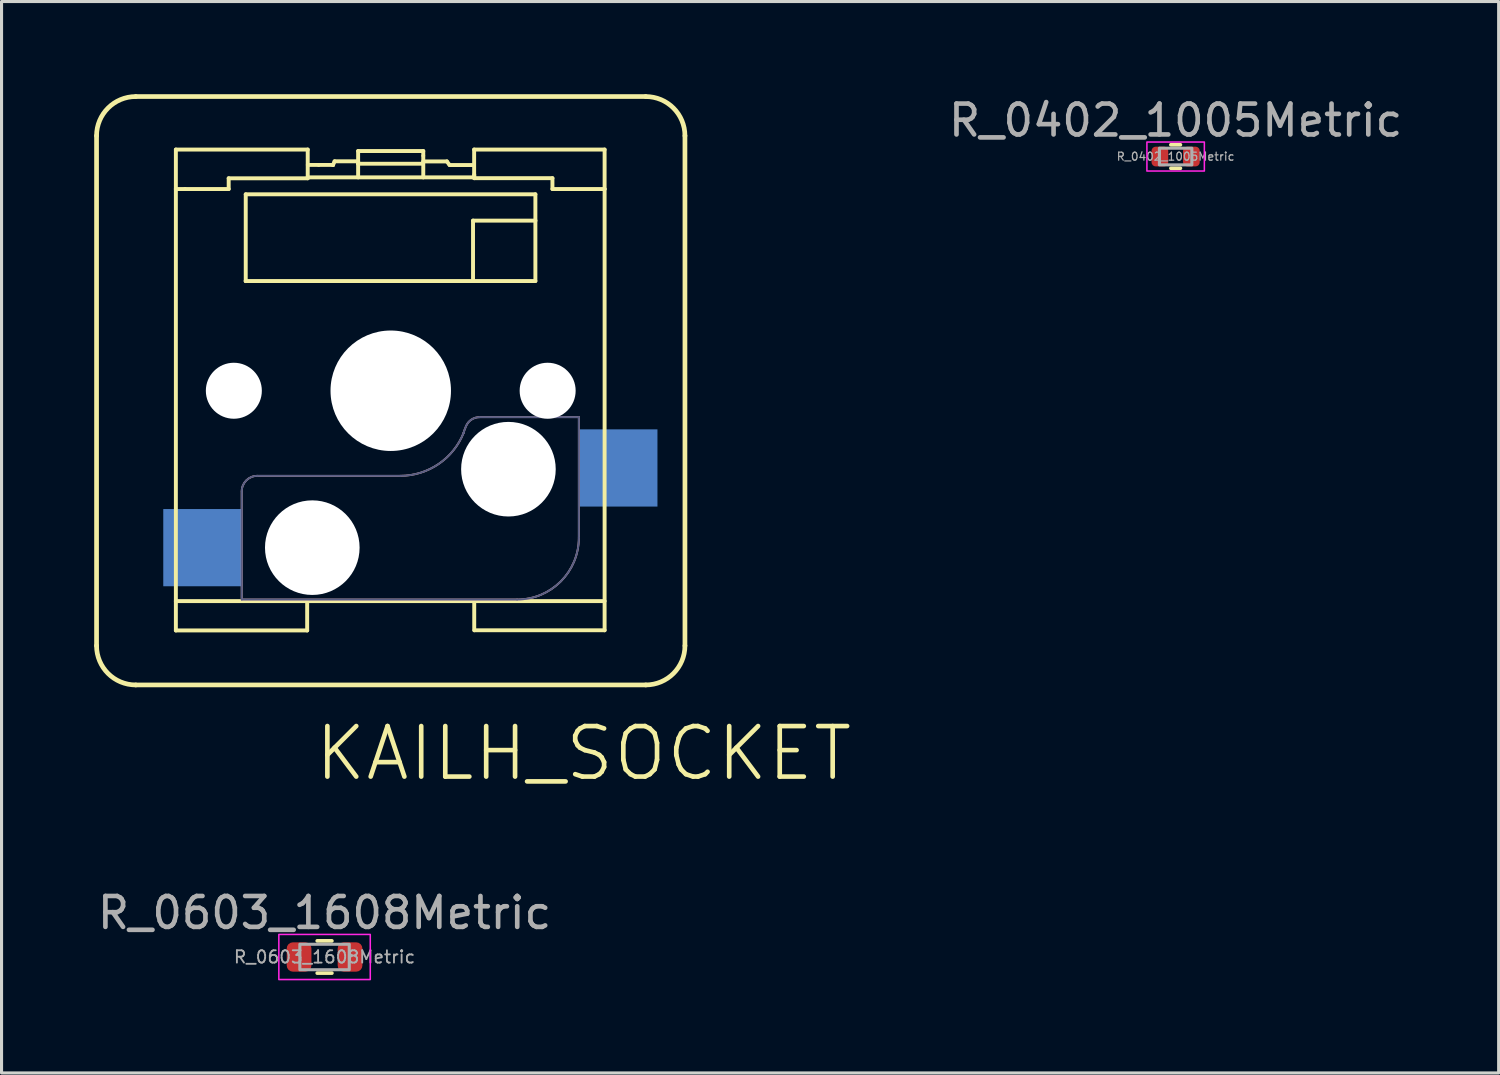
<source format=kicad_pcb>
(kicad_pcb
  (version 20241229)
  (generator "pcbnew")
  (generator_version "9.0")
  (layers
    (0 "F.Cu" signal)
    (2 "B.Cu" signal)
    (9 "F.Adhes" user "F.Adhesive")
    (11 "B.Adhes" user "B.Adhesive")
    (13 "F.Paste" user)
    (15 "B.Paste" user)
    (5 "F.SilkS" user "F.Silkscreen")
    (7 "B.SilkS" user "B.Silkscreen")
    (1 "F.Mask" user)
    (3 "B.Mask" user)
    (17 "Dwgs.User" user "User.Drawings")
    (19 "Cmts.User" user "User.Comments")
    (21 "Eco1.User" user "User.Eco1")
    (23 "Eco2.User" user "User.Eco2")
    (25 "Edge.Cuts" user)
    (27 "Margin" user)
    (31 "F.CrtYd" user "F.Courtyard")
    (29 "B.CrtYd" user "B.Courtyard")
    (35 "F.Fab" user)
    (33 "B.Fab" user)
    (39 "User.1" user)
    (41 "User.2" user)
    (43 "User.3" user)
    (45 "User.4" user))
  (footprint "KAILH_SOCKET"
    (layer "F.Cu")
    (at 9.601 9.601)
    (property "Reference" "KAILH_SOCKET" (at -2.54 12.7 0) (unlocked yes) (layer "F.SilkS") (effects (font (size 1.636 1.636) (thickness 0.15)) (justify left bottom)))
    (fp_line (start -9.525 8.255) (end -9.525 -8.255) (stroke (width 0.152) (type solid)) (layer "F.SilkS"))
    (fp_line (start -8.255 -9.525) (end 8.255 -9.525) (stroke (width 0.152) (type solid)) (layer "F.SilkS"))
    (fp_line (start -6.957 -7.809) (end -6.957 -6.531) (stroke (width 0.127) (type solid)) (layer "F.SilkS"))
    (fp_line (start -6.957 -6.531) (end -6.957 6.81) (stroke (width 0.127) (type solid)) (layer "F.SilkS"))
    (fp_line (start -6.957 6.81) (end -6.957 7.761) (stroke (width 0.127) (type solid)) (layer "F.SilkS"))
    (fp_line (start -6.957 7.761) (end -2.706 7.761) (stroke (width 0.127) (type solid)) (layer "F.SilkS"))
    (fp_line (start -6.663 -6.531) (end -6.957 -6.531) (stroke (width 0.127) (type solid)) (layer "F.SilkS"))
    (fp_line (start -6.66 -6.531) (end -5.247 -6.531) (stroke (width 0.127) (type solid)) (layer "F.SilkS"))
    (fp_line (start -5.247 -6.879) (end -2.688 -6.879) (stroke (width 0.127) (type solid)) (layer "F.SilkS"))
    (fp_line (start -5.247 -6.531) (end -5.247 -6.879) (stroke (width 0.127) (type solid)) (layer "F.SilkS"))
    (fp_line (start -4.695 -6.36) (end 4.683 -6.36) (stroke (width 0.127) (type solid)) (layer "F.SilkS"))
    (fp_line (start -4.695 -3.552) (end -4.695 -6.36) (stroke (width 0.127) (type solid)) (layer "F.SilkS"))
    (fp_line (start -4.695 -3.552) (end -4.695 -3.549) (stroke (width 0.127) (type solid)) (layer "F.SilkS"))
    (fp_line (start -2.706 6.81) (end -6.957 6.81) (stroke (width 0.127) (type solid)) (layer "F.SilkS"))
    (fp_line (start -2.706 6.81) (end 2.703 6.81) (stroke (width 0.127) (type solid)) (layer "F.SilkS"))
    (fp_line (start -2.706 7.761) (end -2.706 6.81) (stroke (width 0.127) (type solid)) (layer "F.SilkS"))
    (fp_line (start -2.688 -7.809) (end -6.957 -7.809) (stroke (width 0.127) (type solid)) (layer "F.SilkS"))
    (fp_line (start -2.688 -6.909) (end -2.688 -7.809) (stroke (width 0.127) (type solid)) (layer "F.SilkS"))
    (fp_line (start -2.688 -6.879) (end -2.688 -6.909) (stroke (width 0.127) (type solid)) (layer "F.SilkS"))
    (fp_line (start -2.334 -7.311) (end -2.685 -7.311) (stroke (width 0.127) (type solid)) (layer "F.SilkS"))
    (fp_line (start -2.331 -7.311) (end -1.869 -7.311) (stroke (width 0.127) (type solid)) (layer "F.SilkS"))
    (fp_line (start -1.869 -7.311) (end -1.869 -7.308) (stroke (width 0.127) (type solid)) (layer "F.SilkS"))
    (fp_line (start -1.818 -7.428) (end -1.869 -7.308) (stroke (width 0.127) (type solid)) (layer "F.SilkS"))
    (fp_line (start -1.056 -7.761) (end -1.056 -7.428) (stroke (width 0.127) (type solid)) (layer "F.SilkS"))
    (fp_line (start -1.056 -7.428) (end -1.818 -7.428) (stroke (width 0.127) (type solid)) (layer "F.SilkS"))
    (fp_line (start -1.056 -7.428) (end -1.056 -7.35) (stroke (width 0.127) (type solid)) (layer "F.SilkS"))
    (fp_line (start -1.056 -7.35) (end -1.056 -6.912) (stroke (width 0.127) (type solid)) (layer "F.SilkS"))
    (fp_line (start -1.056 -7.35) (end 1.041 -7.35) (stroke (width 0.127) (type solid)) (layer "F.SilkS"))
    (fp_line (start -1.056 -6.912) (end -1.053 -6.912) (stroke (width 0.127) (type solid)) (layer "F.SilkS"))
    (fp_line (start 1.053 -7.761) (end -1.056 -7.761) (stroke (width 0.127) (type solid)) (layer "F.SilkS"))
    (fp_line (start 1.053 -7.617) (end 1.053 -7.761) (stroke (width 0.127) (type solid)) (layer "F.SilkS"))
    (fp_line (start 1.053 -7.599) (end 1.053 -6.912) (stroke (width 0.127) (type solid)) (layer "F.SilkS"))
    (fp_line (start 1.053 -6.912) (end 1.05 -6.912) (stroke (width 0.127) (type solid)) (layer "F.SilkS"))
    (fp_line (start 1.059 -7.425) (end 1.059 -7.422) (stroke (width 0.127) (type solid)) (layer "F.SilkS"))
    (fp_line (start 1.818 -7.425) (end 1.059 -7.425) (stroke (width 0.127) (type solid)) (layer "F.SilkS"))
    (fp_line (start 1.818 -7.425) (end 1.905 -7.308) (stroke (width 0.127) (type solid)) (layer "F.SilkS"))
    (fp_line (start 1.905 -7.308) (end 2.691 -7.308) (stroke (width 0.127) (type solid)) (layer "F.SilkS"))
    (fp_line (start 2.664 -5.508) (end 2.664 -3.558) (stroke (width 0.127) (type solid)) (layer "F.SilkS"))
    (fp_line (start 2.7 -7.809) (end 2.7 -6.909) (stroke (width 0.127) (type solid)) (layer "F.SilkS"))
    (fp_line (start 2.7 -6.909) (end -2.688 -6.909) (stroke (width 0.127) (type solid)) (layer "F.SilkS"))
    (fp_line (start 2.703 -6.882) (end 2.703 -6.996) (stroke (width 0.127) (type solid)) (layer "F.SilkS"))
    (fp_line (start 2.703 -6.882) (end 5.235 -6.882) (stroke (width 0.127) (type solid)) (layer "F.SilkS"))
    (fp_line (start 2.703 6.81) (end 2.703 7.755) (stroke (width 0.127) (type solid)) (layer "F.SilkS"))
    (fp_line (start 2.703 6.81) (end 6.918 6.81) (stroke (width 0.127) (type solid)) (layer "F.SilkS"))
    (fp_line (start 2.712 7.755) (end 6.924 7.755) (stroke (width 0.127) (type solid)) (layer "F.SilkS"))
    (fp_line (start 4.683 -6.36) (end 4.683 -3.552) (stroke (width 0.127) (type solid)) (layer "F.SilkS"))
    (fp_line (start 4.683 -3.552) (end -4.695 -3.552) (stroke (width 0.127) (type solid)) (layer "F.SilkS"))
    (fp_line (start 4.686 -5.508) (end 2.664 -5.508) (stroke (width 0.127) (type solid)) (layer "F.SilkS"))
    (fp_line (start 5.235 -6.882) (end 5.235 -6.531) (stroke (width 0.127) (type solid)) (layer "F.SilkS"))
    (fp_line (start 5.235 -6.531) (end 6.924 -6.531) (stroke (width 0.127) (type solid)) (layer "F.SilkS"))
    (fp_line (start 6.918 6.81) (end 6.918 6.807) (stroke (width 0.127) (type solid)) (layer "F.SilkS"))
    (fp_line (start 6.924 -7.809) (end 2.7 -7.809) (stroke (width 0.127) (type solid)) (layer "F.SilkS"))
    (fp_line (start 6.924 -6.531) (end 6.924 -7.809) (stroke (width 0.127) (type solid)) (layer "F.SilkS"))
    (fp_line (start 6.924 7.755) (end 6.924 -6.531) (stroke (width 0.127) (type solid)) (layer "F.SilkS"))
    (fp_line (start 8.255 9.525) (end -8.255 9.525) (stroke (width 0.152) (type solid)) (layer "F.SilkS"))
    (fp_line (start 9.525 -8.255) (end 9.525 8.255) (stroke (width 0.152) (type solid)) (layer "F.SilkS"))
    (fp_arc (start -9.525 -8.255) (mid -9.153026 -9.153026) (end -8.255 -9.525) (stroke (width 0.1524) (type solid)) (layer "F.SilkS"))
    (fp_arc (start -8.255 9.525) (mid -9.153026 9.153026) (end -9.525 8.255) (stroke (width 0.1524) (type solid)) (layer "F.SilkS"))
    (fp_arc (start 8.255 -9.525) (mid 9.153026 -9.153026) (end 9.525 -8.255) (stroke (width 0.1524) (type solid)) (layer "F.SilkS"))
    (fp_arc (start 9.525 8.255) (mid 9.153026 9.153026) (end 8.255 9.525) (stroke (width 0.1524) (type solid)) (layer "F.SilkS"))
    (fp_line (start -4.825 3.275) (end -4.825 6.76) (stroke (width 0.06) (type solid)) (layer "B.SilkS"))
    (fp_line (start -4.825 6.76) (end 4.09 6.76) (stroke (width 0.06) (type solid)) (layer "B.SilkS"))
    (fp_line (start 0.305 2.755) (end -4.32 2.755) (stroke (width 0.06) (type solid)) (layer "B.SilkS"))
    (fp_line (start 6.09 0.855) (end 2.875 0.855) (stroke (width 0.06) (type solid)) (layer "B.SilkS"))
    (fp_line (start 6.09 4.76) (end 6.09 0.855) (stroke (width 0.06) (type solid)) (layer "B.SilkS"))
    (fp_arc (start -4.825 3.26) (mid -4.677089 2.902911) (end -4.32 2.755) (stroke (width 0.06) (type solid)) (layer "B.SilkS"))
    (fp_arc (start 2.35 1.385) (mid 2.391401 1.261178) (end 2.44 1.14) (stroke (width 0.06) (type solid)) (layer "B.SilkS"))
    (fp_arc (start 2.365 1.349999) (mid 1.551758 2.370309) (end 0.305 2.755) (stroke (width 0.06) (type solid)) (layer "B.SilkS"))
    (fp_arc (start 2.44 1.139999) (mid 2.614976 0.932594) (end 2.875 0.855) (stroke (width 0.06) (type solid)) (layer "B.SilkS"))
    (fp_arc (start 6.09 4.76) (mid 5.504214 6.174214) (end 4.09 6.76) (stroke (width 0.06) (type solid)) (layer "B.SilkS"))
    (fp_line (start -4.825 3.275) (end -4.825 6.76) (stroke (width 0.06) (type solid)) (layer "B.Fab"))
    (fp_line (start -4.825 6.76) (end 4.09 6.76) (stroke (width 0.06) (type solid)) (layer "B.Fab"))
    (fp_line (start 0.305 2.755) (end -4.32 2.755) (stroke (width 0.06) (type solid)) (layer "B.Fab"))
    (fp_line (start 6.09 0.855) (end 2.875 0.855) (stroke (width 0.06) (type solid)) (layer "B.Fab"))
    (fp_line (start 6.09 4.76) (end 6.09 0.855) (stroke (width 0.06) (type solid)) (layer "B.Fab"))
    (fp_arc (start -4.825 3.26) (mid -4.677089 2.902911) (end -4.32 2.755) (stroke (width 0.06) (type solid)) (layer "B.Fab"))
    (fp_arc (start 2.35 1.385) (mid 2.391401 1.261178) (end 2.44 1.14) (stroke (width 0.06) (type solid)) (layer "B.Fab"))
    (fp_arc (start 2.365 1.349999) (mid 1.551758 2.370309) (end 0.305 2.755) (stroke (width 0.06) (type solid)) (layer "B.Fab"))
    (fp_arc (start 2.44 1.139999) (mid 2.614976 0.932594) (end 2.875 0.855) (stroke (width 0.06) (type solid)) (layer "B.Fab"))
    (fp_arc (start 6.09 4.76) (mid 5.504214 6.174214) (end 4.09 6.76) (stroke (width 0.06) (type solid)) (layer "B.Fab"))
    (pad "" np_thru_hole circle (at -5.08 0 180) (size 1.813 1.813) (drill 1.813) (layers "*.Cu" "*.Mask"))
    (pad "" np_thru_hole circle (at -2.54 5.08 180) (size 3.063 3.063) (drill 3.063) (layers "*.Cu" "*.Mask"))
    (pad "" np_thru_hole circle (at 0 0 180) (size 3.9 3.9) (drill 3.9) (layers "*.Cu" "*.Mask"))
    (pad "" np_thru_hole circle (at 3.81 2.54 180) (size 3.063 3.063) (drill 3.063) (layers "*.Cu" "*.Mask"))
    (pad "" np_thru_hole circle (at 5.08 0 180) (size 1.813 1.813) (drill 1.813) (layers "*.Cu" "*.Mask"))
    (pad "1" smd rect (at -6.09 5.08) (size 2.55 2.5) (layers "B.Cu" "B.Mask" "B.Paste"))
    (pad "2" smd rect (at 7.36 2.5) (size 2.55 2.5) (layers "B.Cu" "B.Mask" "B.Paste")))
  (footprint "R_0402_1005Metric"
    (layer "F.Cu")
    (at 35.013 2.018)
    (property "Reference" "R_0402_1005Metric" (at 0 -1.17 0) (layer "F.Fab") (effects (font (size 1 1) (thickness 0.15))))
    (attr smd)
    (fp_line (start -0.154 -0.38) (end 0.154 -0.38) (stroke (width 0.12) (type solid)) (layer "F.SilkS"))
    (fp_line (start -0.154 0.38) (end 0.154 0.38) (stroke (width 0.12) (type solid)) (layer "F.SilkS"))
    (fp_rect (start -0.93 -0.47) (end 0.93 0.47) (stroke (width 0.05) (type solid)) (fill no) (layer "F.CrtYd"))
    (fp_rect (start -0.525 -0.27) (end 0.525 0.27) (stroke (width 0.1) (type solid)) (fill no) (layer "F.Fab"))
    (fp_text user "${REFERENCE}" (at 0 0 0) (layer "F.Fab") (effects (font (size 0.26 0.26) (thickness 0.04))))
    (pad "1" smd roundrect (at -0.51 0) (size 0.54 0.64) (layers "F.Cu" "F.Mask" "F.Paste") (roundrect_rratio 0.25))
    (pad "2" smd roundrect (at 0.51 0) (size 0.54 0.64) (layers "F.Cu" "F.Mask" "F.Paste") (roundrect_rratio 0.25)))
  (footprint "R_0603_1608Metric"
    (layer "F.Cu")
    (at 7.458 27.934)
    (property "Reference" "R_0603_1608Metric" (at 0 -1.43 0) (layer "F.Fab") (effects (font (size 1 1) (thickness 0.15))))
    (attr smd)
    (fp_line (start -0.237 -0.522) (end 0.237 -0.522) (stroke (width 0.12) (type solid)) (layer "F.SilkS"))
    (fp_line (start -0.237 0.522) (end 0.237 0.522) (stroke (width 0.12) (type solid)) (layer "F.SilkS"))
    (fp_rect (start -1.48 -0.73) (end 1.48 0.73) (stroke (width 0.05) (type solid)) (fill no) (layer "F.CrtYd"))
    (fp_rect (start -0.8 -0.412) (end 0.8 0.412) (stroke (width 0.1) (type solid)) (fill no) (layer "F.Fab"))
    (fp_text user "${REFERENCE}" (at 0 0 0) (layer "F.Fab") (effects (font (size 0.4 0.4) (thickness 0.06))))
    (pad "1" smd roundrect (at -0.825 0) (size 0.8 0.95) (layers "F.Cu" "F.Mask" "F.Paste") (roundrect_rratio 0.25))
    (pad "2" smd roundrect (at 0.825 0) (size 0.8 0.95) (layers "F.Cu" "F.Mask" "F.Paste") (roundrect_rratio 0.25)))
  (gr_rect
    (start -3 -3)
    (end 45.471 31.689)
    (stroke (width 0.1) (type default))
    (fill no)
    (layer "Edge.Cuts")))
</source>
